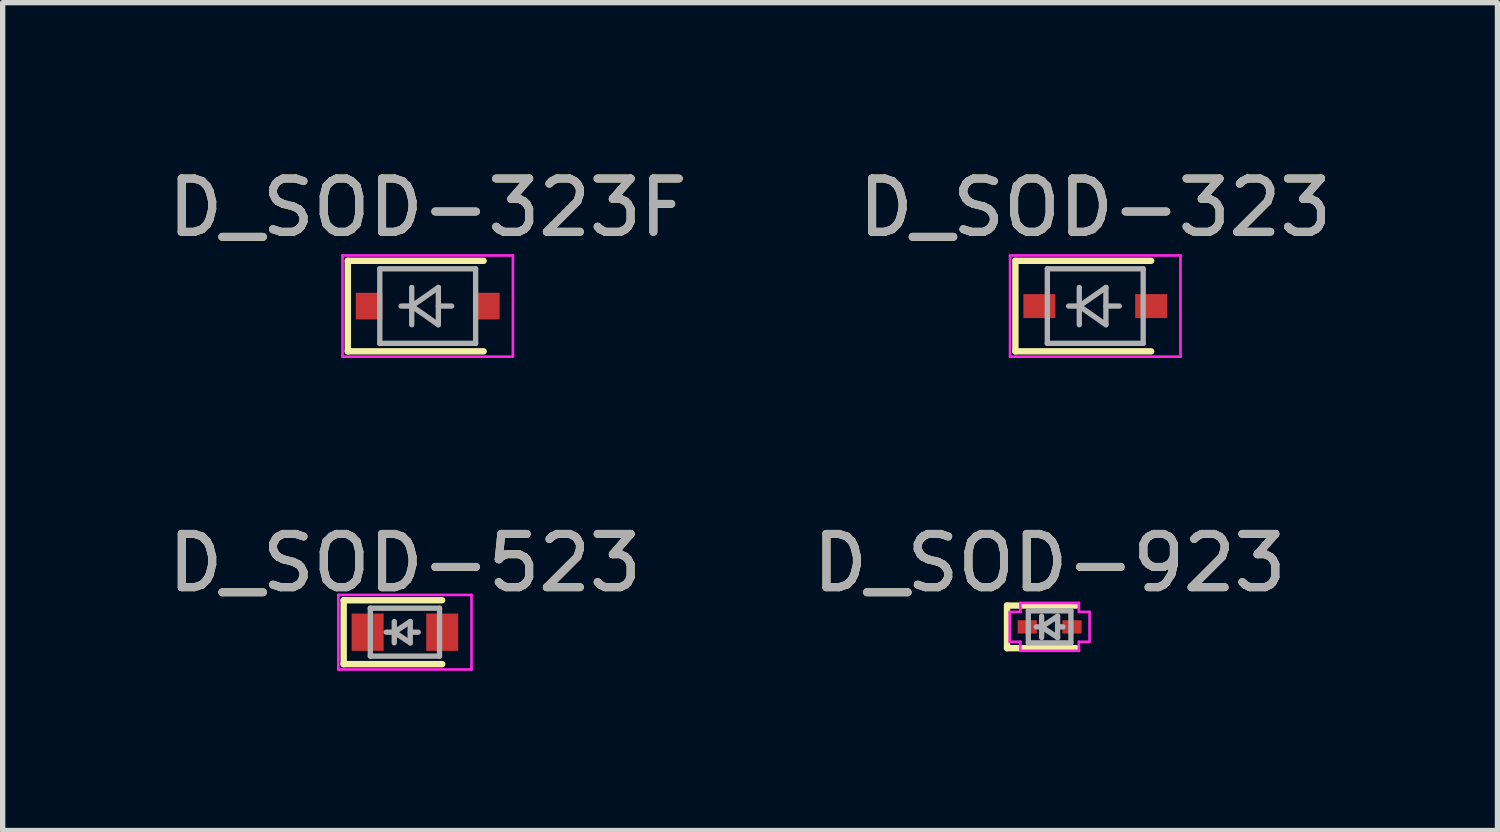
<source format=kicad_pcb>
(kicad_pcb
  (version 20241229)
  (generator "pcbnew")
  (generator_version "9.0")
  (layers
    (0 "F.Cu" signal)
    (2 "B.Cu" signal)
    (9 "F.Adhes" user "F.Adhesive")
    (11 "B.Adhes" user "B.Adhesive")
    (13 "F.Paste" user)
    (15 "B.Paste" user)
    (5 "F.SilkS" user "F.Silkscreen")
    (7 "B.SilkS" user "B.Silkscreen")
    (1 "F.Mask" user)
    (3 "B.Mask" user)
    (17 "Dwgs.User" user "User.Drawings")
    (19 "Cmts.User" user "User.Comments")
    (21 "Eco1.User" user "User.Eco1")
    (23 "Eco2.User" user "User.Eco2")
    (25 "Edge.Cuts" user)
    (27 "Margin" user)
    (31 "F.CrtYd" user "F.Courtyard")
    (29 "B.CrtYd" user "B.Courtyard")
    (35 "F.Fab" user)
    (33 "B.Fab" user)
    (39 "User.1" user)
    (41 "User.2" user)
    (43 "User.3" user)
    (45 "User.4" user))
  (footprint "D_SOD-923"
    (layer "F.Cu")
    (at 16.661 8.722)
    (property "Reference" "D_SOD-923" (at 0 -1.2 0) (layer "F.SilkS") (effects (font (size 1 1) (thickness 0.15))))
    (attr smd)
    (fp_line (start -0.8 -0.4) (end -0.8 0.4) (stroke (width 0.12) (type solid)) (layer "F.SilkS"))
    (fp_line (start 0.5 -0.4) (end -0.8 -0.4) (stroke (width 0.12) (type solid)) (layer "F.SilkS"))
    (fp_line (start 0.5 0.4) (end -0.8 0.4) (stroke (width 0.12) (type solid)) (layer "F.SilkS"))
    (fp_line (start -0.75 -0.28) (end -0.75 0.28) (stroke (width 0.05) (type solid)) (layer "F.CrtYd"))
    (fp_line (start -0.75 0.28) (end -0.55 0.28) (stroke (width 0.05) (type solid)) (layer "F.CrtYd"))
    (fp_line (start -0.55 -0.45) (end 0.55 -0.45) (stroke (width 0.05) (type solid)) (layer "F.CrtYd"))
    (fp_line (start -0.55 -0.28) (end -0.75 -0.28) (stroke (width 0.05) (type solid)) (layer "F.CrtYd"))
    (fp_line (start -0.55 -0.28) (end -0.55 -0.45) (stroke (width 0.05) (type solid)) (layer "F.CrtYd"))
    (fp_line (start -0.55 0.45) (end -0.55 0.28) (stroke (width 0.05) (type solid)) (layer "F.CrtYd"))
    (fp_line (start 0.55 -0.45) (end 0.55 -0.28) (stroke (width 0.05) (type solid)) (layer "F.CrtYd"))
    (fp_line (start 0.55 -0.28) (end 0.75 -0.28) (stroke (width 0.05) (type solid)) (layer "F.CrtYd"))
    (fp_line (start 0.55 0.28) (end 0.55 0.45) (stroke (width 0.05) (type solid)) (layer "F.CrtYd"))
    (fp_line (start 0.55 0.45) (end -0.55 0.45) (stroke (width 0.05) (type solid)) (layer "F.CrtYd"))
    (fp_line (start 0.75 -0.28) (end 0.75 0.28) (stroke (width 0.05) (type solid)) (layer "F.CrtYd"))
    (fp_line (start 0.75 0.28) (end 0.55 0.28) (stroke (width 0.05) (type solid)) (layer "F.CrtYd"))
    (fp_line (start -0.4 -0.3) (end 0.4 -0.3) (stroke (width 0.1) (type solid)) (layer "F.Fab"))
    (fp_line (start -0.4 0.3) (end -0.4 -0.3) (stroke (width 0.1) (type solid)) (layer "F.Fab"))
    (fp_line (start -0.15 0) (end -0.25 0) (stroke (width 0.1) (type solid)) (layer "F.Fab"))
    (fp_line (start -0.15 0) (end 0.15 0.2) (stroke (width 0.1) (type solid)) (layer "F.Fab"))
    (fp_line (start -0.15 0.2) (end -0.15 -0.2) (stroke (width 0.1) (type solid)) (layer "F.Fab"))
    (fp_line (start 0.15 -0.2) (end -0.15 0) (stroke (width 0.1) (type solid)) (layer "F.Fab"))
    (fp_line (start 0.15 0) (end 0.25 0) (stroke (width 0.1) (type solid)) (layer "F.Fab"))
    (fp_line (start 0.15 0.2) (end 0.15 -0.2) (stroke (width 0.1) (type solid)) (layer "F.Fab"))
    (fp_line (start 0.4 -0.3) (end 0.4 0.3) (stroke (width 0.1) (type solid)) (layer "F.Fab"))
    (fp_line (start 0.4 0.3) (end -0.4 0.3) (stroke (width 0.1) (type solid)) (layer "F.Fab"))
    (fp_text user "${REFERENCE}" (at 0 -1.2 0) (layer "F.Fab") (effects (font (size 1 1) (thickness 0.15))))
    (pad "1" smd rect (at -0.42 0 180) (size 0.36 0.25) (layers "F.Cu" "F.Mask" "F.Paste"))
    (pad "2" smd rect (at 0.42 0 180) (size 0.36 0.25) (layers "F.Cu" "F.Mask" "F.Paste")))
  (footprint "D_SOD-323F"
    (layer "F.Cu")
    (at 4.982 2.698)
    (property "Reference" "D_SOD-323F" (at 0 -1.85 0) (layer "F.SilkS") (effects (font (size 1 1) (thickness 0.15))))
    (attr smd)
    (fp_line (start -1.5 -0.85) (end -1.5 0.85) (stroke (width 0.12) (type solid)) (layer "F.SilkS"))
    (fp_line (start -1.5 -0.85) (end 1.05 -0.85) (stroke (width 0.12) (type solid)) (layer "F.SilkS"))
    (fp_line (start -1.5 0.85) (end 1.05 0.85) (stroke (width 0.12) (type solid)) (layer "F.SilkS"))
    (fp_line (start -1.6 -0.95) (end -1.6 0.95) (stroke (width 0.05) (type solid)) (layer "F.CrtYd"))
    (fp_line (start -1.6 -0.95) (end 1.6 -0.95) (stroke (width 0.05) (type solid)) (layer "F.CrtYd"))
    (fp_line (start -1.6 0.95) (end 1.6 0.95) (stroke (width 0.05) (type solid)) (layer "F.CrtYd"))
    (fp_line (start 1.6 -0.95) (end 1.6 0.95) (stroke (width 0.05) (type solid)) (layer "F.CrtYd"))
    (fp_line (start -0.9 -0.7) (end 0.9 -0.7) (stroke (width 0.1) (type solid)) (layer "F.Fab"))
    (fp_line (start -0.9 0.7) (end -0.9 -0.7) (stroke (width 0.1) (type solid)) (layer "F.Fab"))
    (fp_line (start -0.3 -0.35) (end -0.3 0.35) (stroke (width 0.1) (type solid)) (layer "F.Fab"))
    (fp_line (start -0.3 0) (end -0.5 0) (stroke (width 0.1) (type solid)) (layer "F.Fab"))
    (fp_line (start -0.3 0) (end 0.2 -0.35) (stroke (width 0.1) (type solid)) (layer "F.Fab"))
    (fp_line (start 0.2 -0.35) (end 0.2 0.35) (stroke (width 0.1) (type solid)) (layer "F.Fab"))
    (fp_line (start 0.2 0) (end 0.45 0) (stroke (width 0.1) (type solid)) (layer "F.Fab"))
    (fp_line (start 0.2 0.35) (end -0.3 0) (stroke (width 0.1) (type solid)) (layer "F.Fab"))
    (fp_line (start 0.9 -0.7) (end 0.9 0.7) (stroke (width 0.1) (type solid)) (layer "F.Fab"))
    (fp_line (start 0.9 0.7) (end -0.9 0.7) (stroke (width 0.1) (type solid)) (layer "F.Fab"))
    (fp_text user "${REFERENCE}" (at 0 -1.85 0) (layer "F.Fab") (effects (font (size 1 1) (thickness 0.15))))
    (pad "1" smd rect (at -1.1 0) (size 0.5 0.5) (layers "F.Cu" "F.Mask" "F.Paste"))
    (pad "2" smd rect (at 1.1 0) (size 0.5 0.5) (layers "F.Cu" "F.Mask" "F.Paste")))
  (footprint "D_SOD-523"
    (layer "F.Cu")
    (at 4.554 8.822)
    (property "Reference" "D_SOD-523" (at 0 -1.3 0) (layer "F.SilkS") (effects (font (size 1 1) (thickness 0.15))))
    (attr smd)
    (fp_line (start -1.15 -0.6) (end -1.15 0.6) (stroke (width 0.12) (type solid)) (layer "F.SilkS"))
    (fp_line (start 0.7 -0.6) (end -1.15 -0.6) (stroke (width 0.12) (type solid)) (layer "F.SilkS"))
    (fp_line (start 0.7 0.6) (end -1.15 0.6) (stroke (width 0.12) (type solid)) (layer "F.SilkS"))
    (fp_line (start -1.25 -0.7) (end 1.25 -0.7) (stroke (width 0.05) (type solid)) (layer "F.CrtYd"))
    (fp_line (start -1.25 0.7) (end -1.25 -0.7) (stroke (width 0.05) (type solid)) (layer "F.CrtYd"))
    (fp_line (start 1.25 -0.7) (end 1.25 0.7) (stroke (width 0.05) (type solid)) (layer "F.CrtYd"))
    (fp_line (start 1.25 0.7) (end -1.25 0.7) (stroke (width 0.05) (type solid)) (layer "F.CrtYd"))
    (fp_line (start -0.65 -0.45) (end 0.65 -0.45) (stroke (width 0.1) (type solid)) (layer "F.Fab"))
    (fp_line (start -0.65 0.45) (end -0.65 -0.45) (stroke (width 0.1) (type solid)) (layer "F.Fab"))
    (fp_line (start -0.2 0) (end -0.35 0) (stroke (width 0.1) (type solid)) (layer "F.Fab"))
    (fp_line (start -0.2 0) (end 0.1 0.2) (stroke (width 0.1) (type solid)) (layer "F.Fab"))
    (fp_line (start -0.2 0.2) (end -0.2 -0.2) (stroke (width 0.1) (type solid)) (layer "F.Fab"))
    (fp_line (start 0.1 -0.2) (end -0.2 0) (stroke (width 0.1) (type solid)) (layer "F.Fab"))
    (fp_line (start 0.1 0) (end 0.25 0) (stroke (width 0.1) (type solid)) (layer "F.Fab"))
    (fp_line (start 0.1 0.2) (end 0.1 -0.2) (stroke (width 0.1) (type solid)) (layer "F.Fab"))
    (fp_line (start 0.65 -0.45) (end 0.65 0.45) (stroke (width 0.1) (type solid)) (layer "F.Fab"))
    (fp_line (start 0.65 0.45) (end -0.65 0.45) (stroke (width 0.1) (type solid)) (layer "F.Fab"))
    (fp_text user "${REFERENCE}" (at 0 -1.3 0) (layer "F.Fab") (effects (font (size 1 1) (thickness 0.15))))
    (pad "1" smd rect (at -0.7 0 180) (size 0.6 0.7) (layers "F.Cu" "F.Mask" "F.Paste"))
    (pad "2" smd rect (at 0.7 0 180) (size 0.6 0.7) (layers "F.Cu" "F.Mask" "F.Paste")))
  (footprint "D_SOD-323"
    (layer "F.Cu")
    (at 17.518 2.698)
    (property "Reference" "D_SOD-323" (at 0 -1.85 0) (layer "F.SilkS") (effects (font (size 1 1) (thickness 0.15))))
    (attr smd)
    (fp_line (start -1.5 -0.85) (end -1.5 0.85) (stroke (width 0.12) (type solid)) (layer "F.SilkS"))
    (fp_line (start -1.5 -0.85) (end 1.05 -0.85) (stroke (width 0.12) (type solid)) (layer "F.SilkS"))
    (fp_line (start -1.5 0.85) (end 1.05 0.85) (stroke (width 0.12) (type solid)) (layer "F.SilkS"))
    (fp_line (start -1.6 -0.95) (end -1.6 0.95) (stroke (width 0.05) (type solid)) (layer "F.CrtYd"))
    (fp_line (start -1.6 -0.95) (end 1.6 -0.95) (stroke (width 0.05) (type solid)) (layer "F.CrtYd"))
    (fp_line (start -1.6 0.95) (end 1.6 0.95) (stroke (width 0.05) (type solid)) (layer "F.CrtYd"))
    (fp_line (start 1.6 -0.95) (end 1.6 0.95) (stroke (width 0.05) (type solid)) (layer "F.CrtYd"))
    (fp_line (start -0.9 -0.7) (end 0.9 -0.7) (stroke (width 0.1) (type solid)) (layer "F.Fab"))
    (fp_line (start -0.9 0.7) (end -0.9 -0.7) (stroke (width 0.1) (type solid)) (layer "F.Fab"))
    (fp_line (start -0.3 -0.35) (end -0.3 0.35) (stroke (width 0.1) (type solid)) (layer "F.Fab"))
    (fp_line (start -0.3 0) (end -0.5 0) (stroke (width 0.1) (type solid)) (layer "F.Fab"))
    (fp_line (start -0.3 0) (end 0.2 -0.35) (stroke (width 0.1) (type solid)) (layer "F.Fab"))
    (fp_line (start 0.2 -0.35) (end 0.2 0.35) (stroke (width 0.1) (type solid)) (layer "F.Fab"))
    (fp_line (start 0.2 0) (end 0.45 0) (stroke (width 0.1) (type solid)) (layer "F.Fab"))
    (fp_line (start 0.2 0.35) (end -0.3 0) (stroke (width 0.1) (type solid)) (layer "F.Fab"))
    (fp_line (start 0.9 -0.7) (end 0.9 0.7) (stroke (width 0.1) (type solid)) (layer "F.Fab"))
    (fp_line (start 0.9 0.7) (end -0.9 0.7) (stroke (width 0.1) (type solid)) (layer "F.Fab"))
    (fp_text user "${REFERENCE}" (at 0 -1.85 0) (layer "F.Fab") (effects (font (size 1 1) (thickness 0.15))))
    (pad "1" smd rect (at -1.05 0) (size 0.6 0.45) (layers "F.Cu" "F.Mask" "F.Paste"))
    (pad "2" smd rect (at 1.05 0) (size 0.6 0.45) (layers "F.Cu" "F.Mask" "F.Paste")))
  (gr_rect
    (start -3 -3)
    (end 25.071 12.546)
    (stroke (width 0.1) (type default))
    (fill no)
    (layer "Edge.Cuts")))
</source>
